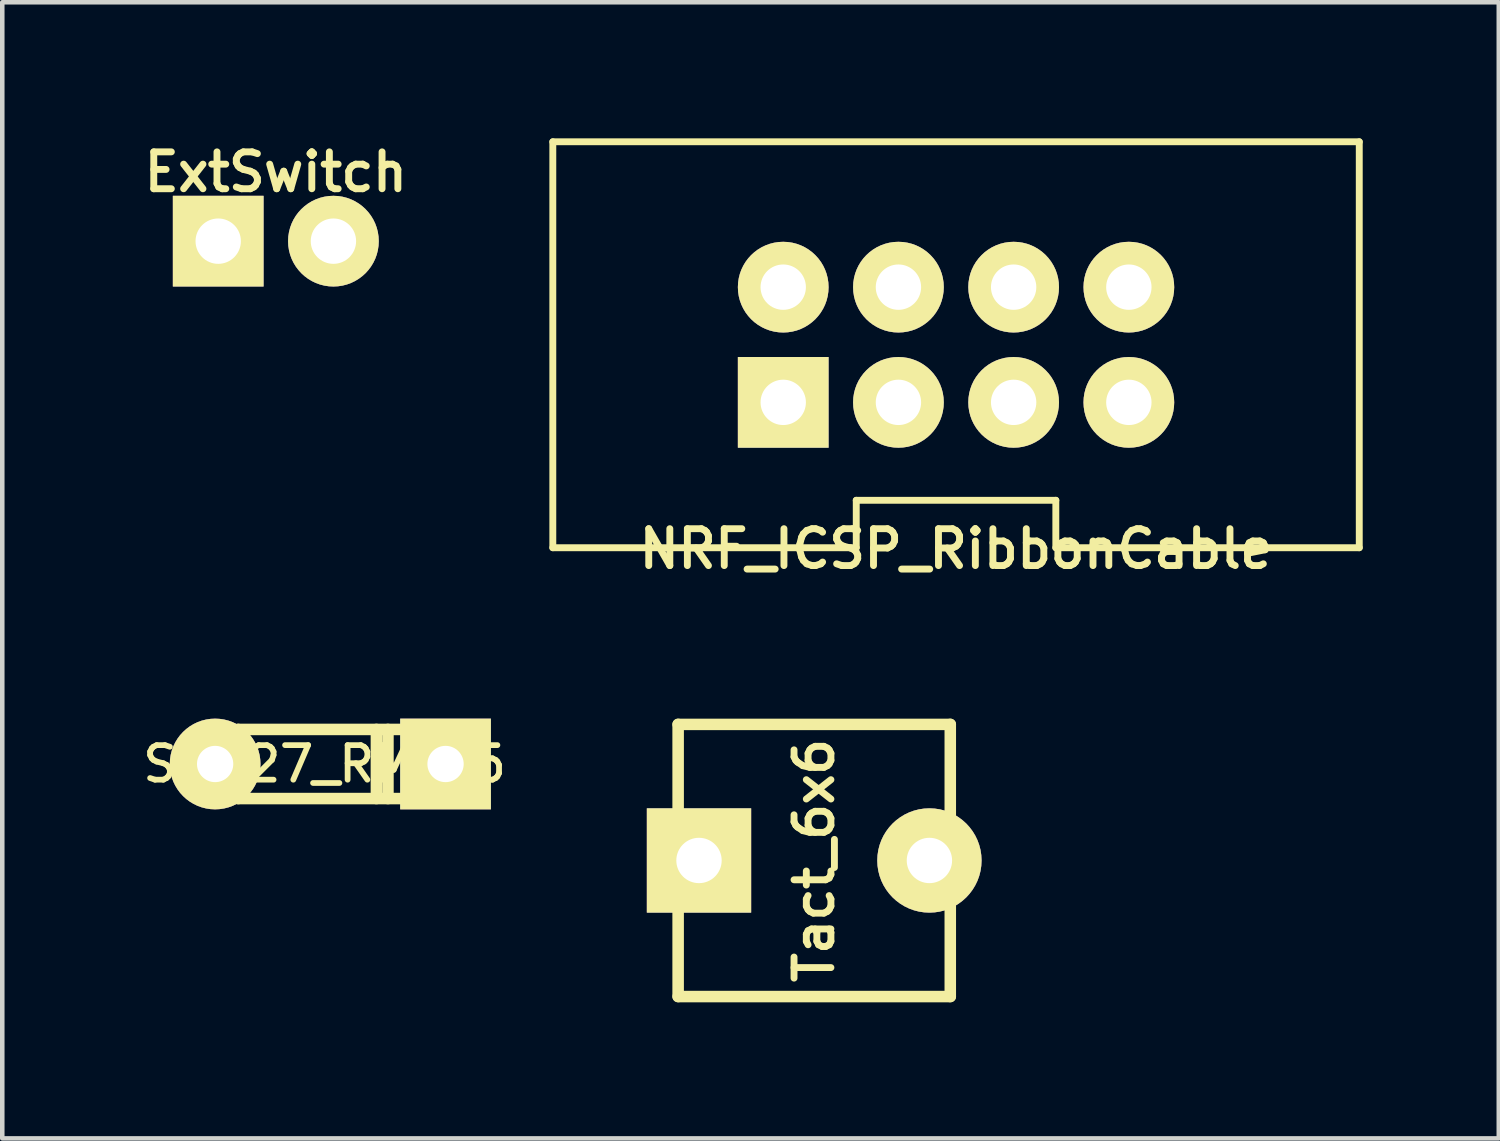
<source format=kicad_pcb>
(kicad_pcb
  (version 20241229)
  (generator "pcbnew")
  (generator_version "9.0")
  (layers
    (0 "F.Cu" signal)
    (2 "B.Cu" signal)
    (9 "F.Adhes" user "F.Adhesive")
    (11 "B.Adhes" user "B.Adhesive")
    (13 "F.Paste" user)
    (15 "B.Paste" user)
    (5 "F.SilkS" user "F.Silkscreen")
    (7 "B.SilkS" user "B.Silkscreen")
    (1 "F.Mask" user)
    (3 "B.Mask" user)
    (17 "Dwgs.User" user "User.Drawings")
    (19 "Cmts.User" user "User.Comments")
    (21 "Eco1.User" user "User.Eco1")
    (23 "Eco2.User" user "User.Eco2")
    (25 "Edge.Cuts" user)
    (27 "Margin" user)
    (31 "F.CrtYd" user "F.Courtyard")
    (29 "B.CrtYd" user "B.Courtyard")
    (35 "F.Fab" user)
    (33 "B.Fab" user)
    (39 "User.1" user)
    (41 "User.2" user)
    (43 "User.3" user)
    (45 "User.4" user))
  (footprint "SOD27_RM5_5"
    (layer "F.Cu")
    (at 4.233 13.794)
    (property "Reference" "SOD27_RM5_5" (at -0.127 0 0) (layer "F.SilkS") (effects (font (size 0.762 0.762) (thickness 0.127))))
    (attr through_hole)
    (fp_line (start -2.032 -0.762) (end 2.032 -0.762) (stroke (width 0.254) (type solid)) (layer "F.SilkS"))
    (fp_line (start -2.032 0) (end -2.54 0) (stroke (width 0.254) (type solid)) (layer "F.SilkS"))
    (fp_line (start -2.032 0.762) (end -2.032 -0.762) (stroke (width 0.254) (type solid)) (layer "F.SilkS"))
    (fp_line (start 1.016 -0.762) (end 1.016 0.762) (stroke (width 0.254) (type solid)) (layer "F.SilkS"))
    (fp_line (start 1.27 -0.762) (end 1.27 0.762) (stroke (width 0.254) (type solid)) (layer "F.SilkS"))
    (fp_line (start 2.032 0.762) (end -2.032 0.762) (stroke (width 0.254) (type solid)) (layer "F.SilkS"))
    (fp_line (start 2.032 0.762) (end 2.032 -0.762) (stroke (width 0.254) (type solid)) (layer "F.SilkS"))
    (fp_line (start 2.159 0) (end 2.54 0) (stroke (width 0.254) (type solid)) (layer "F.SilkS"))
    (pad "1" thru_hole rect (at 2.54 0) (size 2 2) (drill 0.8) (layers "*.Cu" "*.Mask" "F.SilkS"))
    (pad "2" thru_hole circle (at -2.54 0) (size 2 2) (drill 0.8) (layers "*.Cu" "*.Mask" "F.SilkS")))
  (footprint "Tact_6x6"
    (layer "F.Cu")
    (at 14.901 15.921)
    (property "Reference" "Tact_6x6" (at 0 0 90) (layer "F.SilkS") (effects (font (size 0.813 0.813) (thickness 0.152))))
    (attr through_hole)
    (fp_line (start -3 -3) (end -3 3) (stroke (width 0.254) (type solid)) (layer "F.SilkS"))
    (fp_line (start -3 3) (end 3 3) (stroke (width 0.254) (type solid)) (layer "F.SilkS"))
    (fp_line (start 3 -3) (end -3 -3) (stroke (width 0.254) (type solid)) (layer "F.SilkS"))
    (fp_line (start 3 3) (end 3 -3) (stroke (width 0.254) (type solid)) (layer "F.SilkS"))
    (pad "1" thru_hole rect (at -2.54 0) (size 2.3 2.3) (drill 1) (layers "*.Cu" "*.Mask" "F.SilkS"))
    (pad "2" thru_hole oval (at 2.54 0) (size 2.3 2.3) (drill 1) (layers "*.Cu" "*.Mask" "F.SilkS")))
  (footprint "NRF_ICSP_RibbonCable"
    (layer "F.Cu")
    (at 18.028 4.551)
    (property "Reference" "NRF_ICSP_RibbonCable" (at 0 4.5 180) (layer "F.SilkS") (effects (font (size 0.813 0.813) (thickness 0.152))))
    (attr through_hole)
    (fp_line (start -8.89 -4.475) (end -8.89 4.475) (stroke (width 0.152) (type solid)) (layer "F.SilkS"))
    (fp_line (start -8.89 4.475) (end -2.2 4.475) (stroke (width 0.152) (type solid)) (layer "F.SilkS"))
    (fp_line (start -2.2 3.429) (end -2.2 4.475) (stroke (width 0.152) (type solid)) (layer "F.SilkS"))
    (fp_line (start -2.2 3.429) (end 2.2 3.429) (stroke (width 0.152) (type solid)) (layer "F.SilkS"))
    (fp_line (start 2.2 3.429) (end 2.2 4.475) (stroke (width 0.152) (type solid)) (layer "F.SilkS"))
    (fp_line (start 2.2 4.475) (end 8.89 4.475) (stroke (width 0.152) (type solid)) (layer "F.SilkS"))
    (fp_line (start 8.89 -4.475) (end -8.89 -4.475) (stroke (width 0.152) (type solid)) (layer "F.SilkS"))
    (fp_line (start 8.89 4.475) (end 8.89 -4.475) (stroke (width 0.152) (type solid)) (layer "F.SilkS"))
    (pad "1" thru_hole rect (at -3.81 1.27) (size 2 2) (drill 1) (layers "*.Cu" "*.Mask" "F.SilkS"))
    (pad "2" thru_hole circle (at -3.81 -1.27) (size 2 2) (drill 1) (layers "*.Cu" "*.Mask" "F.SilkS"))
    (pad "3" thru_hole circle (at -1.27 1.27) (size 2 2) (drill 1) (layers "*.Cu" "*.Mask" "F.SilkS"))
    (pad "4" thru_hole circle (at -1.27 -1.27) (size 2 2) (drill 1) (layers "*.Cu" "*.Mask" "F.SilkS"))
    (pad "5" thru_hole circle (at 1.27 1.27) (size 2 2) (drill 1) (layers "*.Cu" "*.Mask" "F.SilkS"))
    (pad "6" thru_hole circle (at 1.27 -1.27) (size 2 2) (drill 1) (layers "*.Cu" "*.Mask" "F.SilkS"))
    (pad "7" thru_hole circle (at 3.81 1.27) (size 2 2) (drill 1) (layers "*.Cu" "*.Mask" "F.SilkS"))
    (pad "8" thru_hole circle (at 3.81 -1.27) (size 2 2) (drill 1) (layers "*.Cu" "*.Mask" "F.SilkS")))
  (footprint "ExtSwitch"
    (layer "F.Cu")
    (at 3.031 2.267)
    (property "Reference" "ExtSwitch" (at 0 -1.524 0) (layer "F.SilkS") (effects (font (size 0.813 0.813) (thickness 0.152))))
    (attr through_hole)
    (pad "1" thru_hole rect (at -1.27 0) (size 2 2) (drill 1) (layers "*.Cu" "*.Mask" "F.SilkS"))
    (pad "2" thru_hole circle (at 1.27 0) (size 2 2) (drill 1) (layers "*.Cu" "*.Mask" "F.SilkS")))
  (gr_rect
    (start -3 -3)
    (end 29.994 22.048)
    (stroke (width 0.1) (type default))
    (fill no)
    (layer "Edge.Cuts")))
</source>
